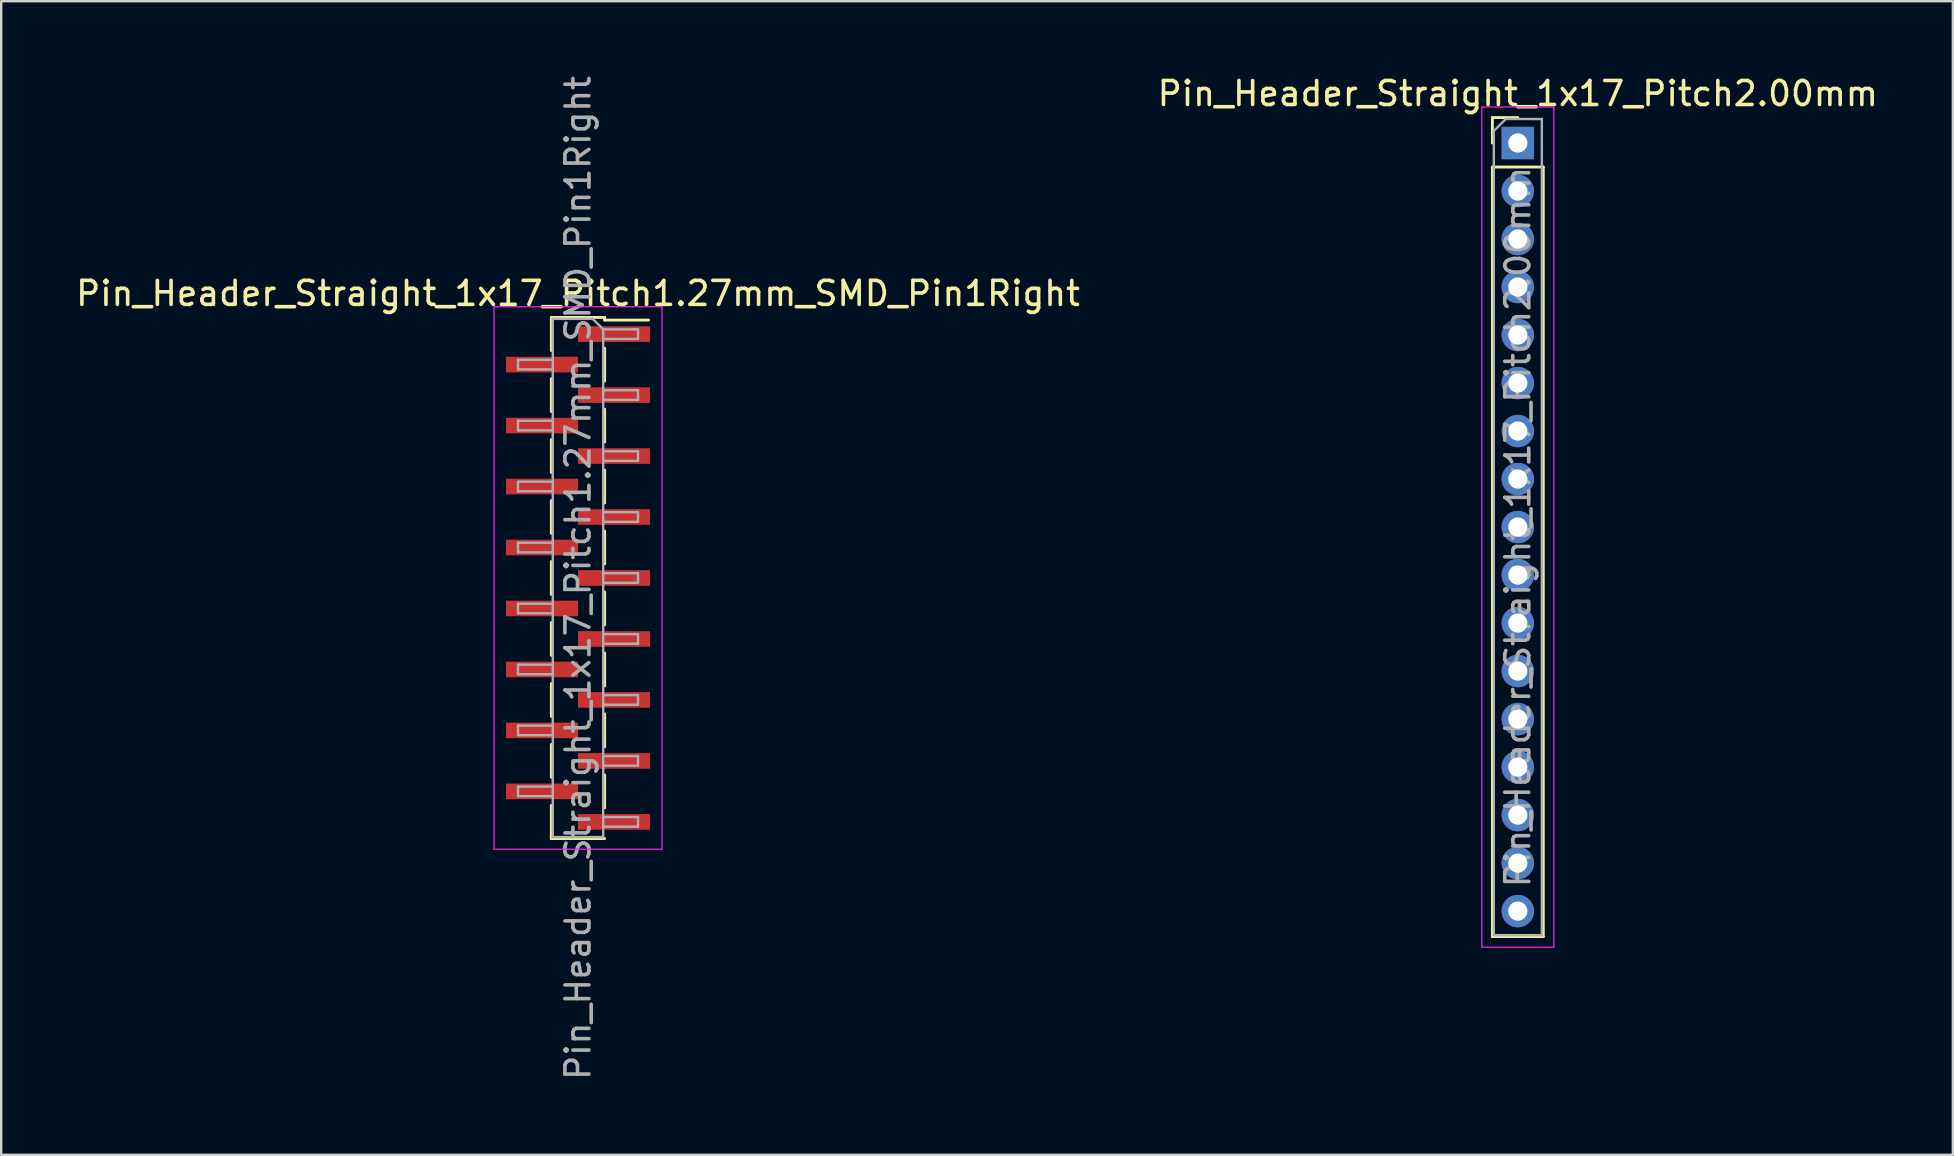
<source format=kicad_pcb>
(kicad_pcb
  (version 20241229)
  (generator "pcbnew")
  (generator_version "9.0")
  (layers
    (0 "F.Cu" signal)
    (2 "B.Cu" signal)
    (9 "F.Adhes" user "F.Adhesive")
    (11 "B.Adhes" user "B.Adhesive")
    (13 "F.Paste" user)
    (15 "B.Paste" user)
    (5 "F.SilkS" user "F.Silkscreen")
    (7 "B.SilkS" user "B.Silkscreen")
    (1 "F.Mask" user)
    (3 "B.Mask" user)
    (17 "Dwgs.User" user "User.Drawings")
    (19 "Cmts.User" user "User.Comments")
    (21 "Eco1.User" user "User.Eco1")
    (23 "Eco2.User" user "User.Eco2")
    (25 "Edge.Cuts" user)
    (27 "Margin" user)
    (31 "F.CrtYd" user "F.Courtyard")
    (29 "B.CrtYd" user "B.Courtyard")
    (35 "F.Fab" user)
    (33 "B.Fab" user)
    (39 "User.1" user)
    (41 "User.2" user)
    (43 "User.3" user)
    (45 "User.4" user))
  (footprint "Pin_Header_Straight_1x17_Pitch1.27mm_SMD_Pin1Right"
    (layer "F.Cu")
    (at 21.03 21.03)
    (property "Reference" "Pin_Header_Straight_1x17_Pitch1.27mm_SMD_Pin1Right" (at 0 -11.855 0) (layer "F.SilkS") (effects (font (size 1 1) (thickness 0.15))))
    (attr smd)
    (fp_line (start -1.11 -10.855) (end 1.11 -10.855) (stroke (width 0.12) (type solid)) (layer "F.SilkS"))
    (fp_line (start -1.11 -10.845) (end -1.11 -9.475) (stroke (width 0.12) (type solid)) (layer "F.SilkS"))
    (fp_line (start -1.11 -8.305) (end -1.11 -6.935) (stroke (width 0.12) (type solid)) (layer "F.SilkS"))
    (fp_line (start -1.11 -5.765) (end -1.11 -4.395) (stroke (width 0.12) (type solid)) (layer "F.SilkS"))
    (fp_line (start -1.11 -3.225) (end -1.11 -1.855) (stroke (width 0.12) (type solid)) (layer "F.SilkS"))
    (fp_line (start -1.11 -0.685) (end -1.11 0.685) (stroke (width 0.12) (type solid)) (layer "F.SilkS"))
    (fp_line (start -1.11 1.855) (end -1.11 3.225) (stroke (width 0.12) (type solid)) (layer "F.SilkS"))
    (fp_line (start -1.11 4.395) (end -1.11 5.765) (stroke (width 0.12) (type solid)) (layer "F.SilkS"))
    (fp_line (start -1.11 6.935) (end -1.11 8.305) (stroke (width 0.12) (type solid)) (layer "F.SilkS"))
    (fp_line (start -1.11 9.475) (end -1.11 10.845) (stroke (width 0.12) (type solid)) (layer "F.SilkS"))
    (fp_line (start -1.11 10.745) (end -1.11 10.855) (stroke (width 0.12) (type solid)) (layer "F.SilkS"))
    (fp_line (start -1.11 10.855) (end 1.11 10.855) (stroke (width 0.12) (type solid)) (layer "F.SilkS"))
    (fp_line (start 1.11 -10.855) (end 1.11 -10.745) (stroke (width 0.12) (type solid)) (layer "F.SilkS"))
    (fp_line (start 1.11 -10.745) (end 2.94 -10.745) (stroke (width 0.12) (type solid)) (layer "F.SilkS"))
    (fp_line (start 1.11 -9.575) (end 1.11 -8.205) (stroke (width 0.12) (type solid)) (layer "F.SilkS"))
    (fp_line (start 1.11 -7.035) (end 1.11 -5.665) (stroke (width 0.12) (type solid)) (layer "F.SilkS"))
    (fp_line (start 1.11 -4.495) (end 1.11 -3.125) (stroke (width 0.12) (type solid)) (layer "F.SilkS"))
    (fp_line (start 1.11 -1.955) (end 1.11 -0.585) (stroke (width 0.12) (type solid)) (layer "F.SilkS"))
    (fp_line (start 1.11 0.585) (end 1.11 1.955) (stroke (width 0.12) (type solid)) (layer "F.SilkS"))
    (fp_line (start 1.11 3.125) (end 1.11 4.495) (stroke (width 0.12) (type solid)) (layer "F.SilkS"))
    (fp_line (start 1.11 5.665) (end 1.11 7.035) (stroke (width 0.12) (type solid)) (layer "F.SilkS"))
    (fp_line (start 1.11 8.205) (end 1.11 9.575) (stroke (width 0.12) (type solid)) (layer "F.SilkS"))
    (fp_line (start -3.5 -11.3) (end -3.5 11.3) (stroke (width 0.05) (type solid)) (layer "F.CrtYd"))
    (fp_line (start -3.5 11.3) (end 3.5 11.3) (stroke (width 0.05) (type solid)) (layer "F.CrtYd"))
    (fp_line (start 3.5 -11.3) (end -3.5 -11.3) (stroke (width 0.05) (type solid)) (layer "F.CrtYd"))
    (fp_line (start 3.5 11.3) (end 3.5 -11.3) (stroke (width 0.05) (type solid)) (layer "F.CrtYd"))
    (fp_line (start -2.5 -9.09) (end -2.5 -8.69) (stroke (width 0.1) (type solid)) (layer "F.Fab"))
    (fp_line (start -2.5 -8.69) (end -1.05 -8.69) (stroke (width 0.1) (type solid)) (layer "F.Fab"))
    (fp_line (start -2.5 -6.55) (end -2.5 -6.15) (stroke (width 0.1) (type solid)) (layer "F.Fab"))
    (fp_line (start -2.5 -6.15) (end -1.05 -6.15) (stroke (width 0.1) (type solid)) (layer "F.Fab"))
    (fp_line (start -2.5 -4.01) (end -2.5 -3.61) (stroke (width 0.1) (type solid)) (layer "F.Fab"))
    (fp_line (start -2.5 -3.61) (end -1.05 -3.61) (stroke (width 0.1) (type solid)) (layer "F.Fab"))
    (fp_line (start -2.5 -1.47) (end -2.5 -1.07) (stroke (width 0.1) (type solid)) (layer "F.Fab"))
    (fp_line (start -2.5 -1.07) (end -1.05 -1.07) (stroke (width 0.1) (type solid)) (layer "F.Fab"))
    (fp_line (start -2.5 1.07) (end -2.5 1.47) (stroke (width 0.1) (type solid)) (layer "F.Fab"))
    (fp_line (start -2.5 1.47) (end -1.05 1.47) (stroke (width 0.1) (type solid)) (layer "F.Fab"))
    (fp_line (start -2.5 3.61) (end -2.5 4.01) (stroke (width 0.1) (type solid)) (layer "F.Fab"))
    (fp_line (start -2.5 4.01) (end -1.05 4.01) (stroke (width 0.1) (type solid)) (layer "F.Fab"))
    (fp_line (start -2.5 6.15) (end -2.5 6.55) (stroke (width 0.1) (type solid)) (layer "F.Fab"))
    (fp_line (start -2.5 6.55) (end -1.05 6.55) (stroke (width 0.1) (type solid)) (layer "F.Fab"))
    (fp_line (start -2.5 8.69) (end -2.5 9.09) (stroke (width 0.1) (type solid)) (layer "F.Fab"))
    (fp_line (start -2.5 9.09) (end -1.05 9.09) (stroke (width 0.1) (type solid)) (layer "F.Fab"))
    (fp_line (start -1.05 -10.795) (end -1.05 10.795) (stroke (width 0.1) (type solid)) (layer "F.Fab"))
    (fp_line (start -1.05 -10.795) (end 0.615 -10.795) (stroke (width 0.1) (type solid)) (layer "F.Fab"))
    (fp_line (start -1.05 -9.09) (end -2.5 -9.09) (stroke (width 0.1) (type solid)) (layer "F.Fab"))
    (fp_line (start -1.05 -6.55) (end -2.5 -6.55) (stroke (width 0.1) (type solid)) (layer "F.Fab"))
    (fp_line (start -1.05 -4.01) (end -2.5 -4.01) (stroke (width 0.1) (type solid)) (layer "F.Fab"))
    (fp_line (start -1.05 -1.47) (end -2.5 -1.47) (stroke (width 0.1) (type solid)) (layer "F.Fab"))
    (fp_line (start -1.05 1.07) (end -2.5 1.07) (stroke (width 0.1) (type solid)) (layer "F.Fab"))
    (fp_line (start -1.05 3.61) (end -2.5 3.61) (stroke (width 0.1) (type solid)) (layer "F.Fab"))
    (fp_line (start -1.05 6.15) (end -2.5 6.15) (stroke (width 0.1) (type solid)) (layer "F.Fab"))
    (fp_line (start -1.05 8.69) (end -2.5 8.69) (stroke (width 0.1) (type solid)) (layer "F.Fab"))
    (fp_line (start 1.05 -10.36) (end 0.615 -10.795) (stroke (width 0.1) (type solid)) (layer "F.Fab"))
    (fp_line (start 1.05 -10.36) (end 2.5 -10.36) (stroke (width 0.1) (type solid)) (layer "F.Fab"))
    (fp_line (start 1.05 -7.82) (end 2.5 -7.82) (stroke (width 0.1) (type solid)) (layer "F.Fab"))
    (fp_line (start 1.05 -5.28) (end 2.5 -5.28) (stroke (width 0.1) (type solid)) (layer "F.Fab"))
    (fp_line (start 1.05 -2.74) (end 2.5 -2.74) (stroke (width 0.1) (type solid)) (layer "F.Fab"))
    (fp_line (start 1.05 -0.2) (end 2.5 -0.2) (stroke (width 0.1) (type solid)) (layer "F.Fab"))
    (fp_line (start 1.05 2.34) (end 2.5 2.34) (stroke (width 0.1) (type solid)) (layer "F.Fab"))
    (fp_line (start 1.05 4.88) (end 2.5 4.88) (stroke (width 0.1) (type solid)) (layer "F.Fab"))
    (fp_line (start 1.05 7.42) (end 2.5 7.42) (stroke (width 0.1) (type solid)) (layer "F.Fab"))
    (fp_line (start 1.05 9.96) (end 2.5 9.96) (stroke (width 0.1) (type solid)) (layer "F.Fab"))
    (fp_line (start 1.05 10.795) (end -1.05 10.795) (stroke (width 0.1) (type solid)) (layer "F.Fab"))
    (fp_line (start 1.05 10.795) (end 1.05 -10.36) (stroke (width 0.1) (type solid)) (layer "F.Fab"))
    (fp_line (start 2.5 -10.36) (end 2.5 -9.96) (stroke (width 0.1) (type solid)) (layer "F.Fab"))
    (fp_line (start 2.5 -9.96) (end 1.05 -9.96) (stroke (width 0.1) (type solid)) (layer "F.Fab"))
    (fp_line (start 2.5 -7.82) (end 2.5 -7.42) (stroke (width 0.1) (type solid)) (layer "F.Fab"))
    (fp_line (start 2.5 -7.42) (end 1.05 -7.42) (stroke (width 0.1) (type solid)) (layer "F.Fab"))
    (fp_line (start 2.5 -5.28) (end 2.5 -4.88) (stroke (width 0.1) (type solid)) (layer "F.Fab"))
    (fp_line (start 2.5 -4.88) (end 1.05 -4.88) (stroke (width 0.1) (type solid)) (layer "F.Fab"))
    (fp_line (start 2.5 -2.74) (end 2.5 -2.34) (stroke (width 0.1) (type solid)) (layer "F.Fab"))
    (fp_line (start 2.5 -2.34) (end 1.05 -2.34) (stroke (width 0.1) (type solid)) (layer "F.Fab"))
    (fp_line (start 2.5 -0.2) (end 2.5 0.2) (stroke (width 0.1) (type solid)) (layer "F.Fab"))
    (fp_line (start 2.5 0.2) (end 1.05 0.2) (stroke (width 0.1) (type solid)) (layer "F.Fab"))
    (fp_line (start 2.5 2.34) (end 2.5 2.74) (stroke (width 0.1) (type solid)) (layer "F.Fab"))
    (fp_line (start 2.5 2.74) (end 1.05 2.74) (stroke (width 0.1) (type solid)) (layer "F.Fab"))
    (fp_line (start 2.5 4.88) (end 2.5 5.28) (stroke (width 0.1) (type solid)) (layer "F.Fab"))
    (fp_line (start 2.5 5.28) (end 1.05 5.28) (stroke (width 0.1) (type solid)) (layer "F.Fab"))
    (fp_line (start 2.5 7.42) (end 2.5 7.82) (stroke (width 0.1) (type solid)) (layer "F.Fab"))
    (fp_line (start 2.5 7.82) (end 1.05 7.82) (stroke (width 0.1) (type solid)) (layer "F.Fab"))
    (fp_line (start 2.5 9.96) (end 2.5 10.36) (stroke (width 0.1) (type solid)) (layer "F.Fab"))
    (fp_line (start 2.5 10.36) (end 1.05 10.36) (stroke (width 0.1) (type solid)) (layer "F.Fab"))
    (fp_text user "${REFERENCE}" (at 0 0 90) (layer "F.Fab") (effects (font (size 1 1) (thickness 0.15))))
    (pad "1" smd rect (at 1.5 -10.16) (size 3 0.65) (layers "F.Cu" "F.Mask" "F.Paste"))
    (pad "2" smd rect (at -1.5 -8.89) (size 3 0.65) (layers "F.Cu" "F.Mask" "F.Paste"))
    (pad "3" smd rect (at 1.5 -7.62) (size 3 0.65) (layers "F.Cu" "F.Mask" "F.Paste"))
    (pad "4" smd rect (at -1.5 -6.35) (size 3 0.65) (layers "F.Cu" "F.Mask" "F.Paste"))
    (pad "5" smd rect (at 1.5 -5.08) (size 3 0.65) (layers "F.Cu" "F.Mask" "F.Paste"))
    (pad "6" smd rect (at -1.5 -3.81) (size 3 0.65) (layers "F.Cu" "F.Mask" "F.Paste"))
    (pad "7" smd rect (at 1.5 -2.54) (size 3 0.65) (layers "F.Cu" "F.Mask" "F.Paste"))
    (pad "8" smd rect (at -1.5 -1.27) (size 3 0.65) (layers "F.Cu" "F.Mask" "F.Paste"))
    (pad "9" smd rect (at 1.5 0) (size 3 0.65) (layers "F.Cu" "F.Mask" "F.Paste"))
    (pad "10" smd rect (at -1.5 1.27) (size 3 0.65) (layers "F.Cu" "F.Mask" "F.Paste"))
    (pad "11" smd rect (at 1.5 2.54) (size 3 0.65) (layers "F.Cu" "F.Mask" "F.Paste"))
    (pad "12" smd rect (at -1.5 3.81) (size 3 0.65) (layers "F.Cu" "F.Mask" "F.Paste"))
    (pad "13" smd rect (at 1.5 5.08) (size 3 0.65) (layers "F.Cu" "F.Mask" "F.Paste"))
    (pad "14" smd rect (at -1.5 6.35) (size 3 0.65) (layers "F.Cu" "F.Mask" "F.Paste"))
    (pad "15" smd rect (at 1.5 7.62) (size 3 0.65) (layers "F.Cu" "F.Mask" "F.Paste"))
    (pad "16" smd rect (at -1.5 8.89) (size 3 0.65) (layers "F.Cu" "F.Mask" "F.Paste"))
    (pad "17" smd rect (at 1.5 10.16) (size 3 0.65) (layers "F.Cu" "F.Mask" "F.Paste")))
  (footprint "Pin_Header_Straight_1x17_Pitch2.00mm"
    (layer "F.Cu")
    (at 60.185 2.908)
    (property "Reference" "Pin_Header_Straight_1x17_Pitch2.00mm" (at 0 -2.06 0) (layer "F.SilkS") (effects (font (size 1 1) (thickness 0.15))))
    (attr through_hole)
    (fp_line (start -1.06 -1.06) (end 0 -1.06) (stroke (width 0.12) (type solid)) (layer "F.SilkS"))
    (fp_line (start -1.06 0) (end -1.06 -1.06) (stroke (width 0.12) (type solid)) (layer "F.SilkS"))
    (fp_line (start -1.06 1) (end -1.06 33.06) (stroke (width 0.12) (type solid)) (layer "F.SilkS"))
    (fp_line (start -1.06 1) (end 1.06 1) (stroke (width 0.12) (type solid)) (layer "F.SilkS"))
    (fp_line (start -1.06 33.06) (end 1.06 33.06) (stroke (width 0.12) (type solid)) (layer "F.SilkS"))
    (fp_line (start 1.06 1) (end 1.06 33.06) (stroke (width 0.12) (type solid)) (layer "F.SilkS"))
    (fp_line (start -1.5 -1.5) (end -1.5 33.5) (stroke (width 0.05) (type solid)) (layer "F.CrtYd"))
    (fp_line (start -1.5 33.5) (end 1.5 33.5) (stroke (width 0.05) (type solid)) (layer "F.CrtYd"))
    (fp_line (start 1.5 -1.5) (end -1.5 -1.5) (stroke (width 0.05) (type solid)) (layer "F.CrtYd"))
    (fp_line (start 1.5 33.5) (end 1.5 -1.5) (stroke (width 0.05) (type solid)) (layer "F.CrtYd"))
    (fp_line (start -1 -0.5) (end -0.5 -1) (stroke (width 0.1) (type solid)) (layer "F.Fab"))
    (fp_line (start -1 33) (end -1 -0.5) (stroke (width 0.1) (type solid)) (layer "F.Fab"))
    (fp_line (start -0.5 -1) (end 1 -1) (stroke (width 0.1) (type solid)) (layer "F.Fab"))
    (fp_line (start 1 -1) (end 1 33) (stroke (width 0.1) (type solid)) (layer "F.Fab"))
    (fp_line (start 1 33) (end -1 33) (stroke (width 0.1) (type solid)) (layer "F.Fab"))
    (fp_text user "${REFERENCE}" (at 0 16 90) (layer "F.Fab") (effects (font (size 1 1) (thickness 0.15))))
    (pad "1" thru_hole rect (at 0 0) (size 1.35 1.35) (drill 0.8) (layers "*.Cu" "*.Mask"))
    (pad "2" thru_hole oval (at 0 2) (size 1.35 1.35) (drill 0.8) (layers "*.Cu" "*.Mask"))
    (pad "3" thru_hole oval (at 0 4) (size 1.35 1.35) (drill 0.8) (layers "*.Cu" "*.Mask"))
    (pad "4" thru_hole oval (at 0 6) (size 1.35 1.35) (drill 0.8) (layers "*.Cu" "*.Mask"))
    (pad "5" thru_hole oval (at 0 8) (size 1.35 1.35) (drill 0.8) (layers "*.Cu" "*.Mask"))
    (pad "6" thru_hole oval (at 0 10) (size 1.35 1.35) (drill 0.8) (layers "*.Cu" "*.Mask"))
    (pad "7" thru_hole oval (at 0 12) (size 1.35 1.35) (drill 0.8) (layers "*.Cu" "*.Mask"))
    (pad "8" thru_hole oval (at 0 14) (size 1.35 1.35) (drill 0.8) (layers "*.Cu" "*.Mask"))
    (pad "9" thru_hole oval (at 0 16) (size 1.35 1.35) (drill 0.8) (layers "*.Cu" "*.Mask"))
    (pad "10" thru_hole oval (at 0 18) (size 1.35 1.35) (drill 0.8) (layers "*.Cu" "*.Mask"))
    (pad "11" thru_hole oval (at 0 20) (size 1.35 1.35) (drill 0.8) (layers "*.Cu" "*.Mask"))
    (pad "12" thru_hole oval (at 0 22) (size 1.35 1.35) (drill 0.8) (layers "*.Cu" "*.Mask"))
    (pad "13" thru_hole oval (at 0 24) (size 1.35 1.35) (drill 0.8) (layers "*.Cu" "*.Mask"))
    (pad "14" thru_hole oval (at 0 26) (size 1.35 1.35) (drill 0.8) (layers "*.Cu" "*.Mask"))
    (pad "15" thru_hole oval (at 0 28) (size 1.35 1.35) (drill 0.8) (layers "*.Cu" "*.Mask"))
    (pad "16" thru_hole oval (at 0 30) (size 1.35 1.35) (drill 0.8) (layers "*.Cu" "*.Mask"))
    (pad "17" thru_hole oval (at 0 32) (size 1.35 1.35) (drill 0.8) (layers "*.Cu" "*.Mask")))
  (gr_rect
    (start -3 -3)
    (end 78.31 45.06)
    (stroke (width 0.1) (type default))
    (fill no)
    (layer "Edge.Cuts")))
</source>
